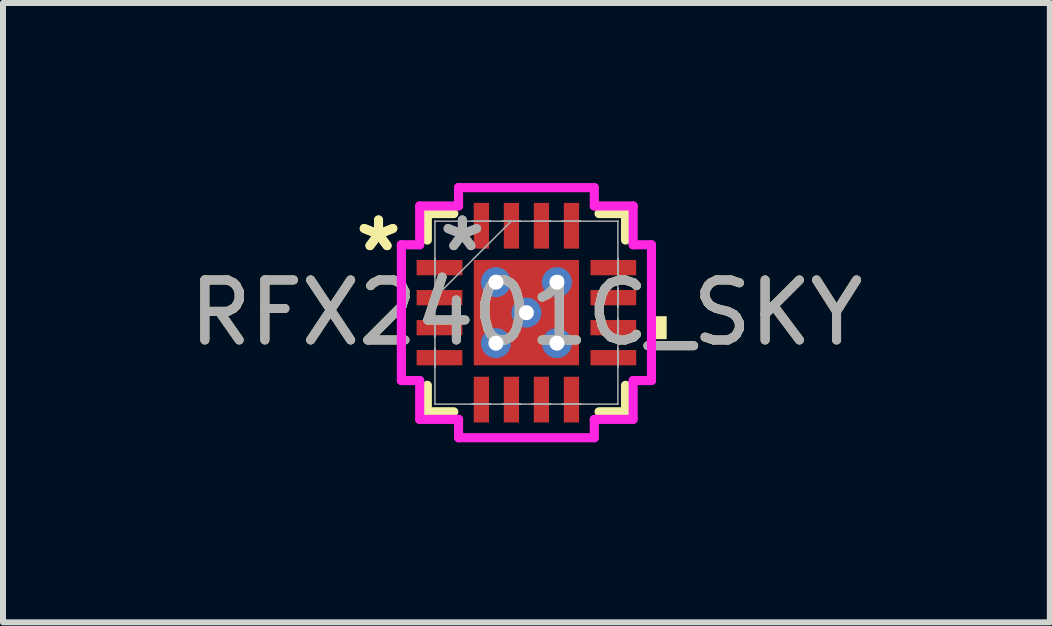
<source format=kicad_pcb>
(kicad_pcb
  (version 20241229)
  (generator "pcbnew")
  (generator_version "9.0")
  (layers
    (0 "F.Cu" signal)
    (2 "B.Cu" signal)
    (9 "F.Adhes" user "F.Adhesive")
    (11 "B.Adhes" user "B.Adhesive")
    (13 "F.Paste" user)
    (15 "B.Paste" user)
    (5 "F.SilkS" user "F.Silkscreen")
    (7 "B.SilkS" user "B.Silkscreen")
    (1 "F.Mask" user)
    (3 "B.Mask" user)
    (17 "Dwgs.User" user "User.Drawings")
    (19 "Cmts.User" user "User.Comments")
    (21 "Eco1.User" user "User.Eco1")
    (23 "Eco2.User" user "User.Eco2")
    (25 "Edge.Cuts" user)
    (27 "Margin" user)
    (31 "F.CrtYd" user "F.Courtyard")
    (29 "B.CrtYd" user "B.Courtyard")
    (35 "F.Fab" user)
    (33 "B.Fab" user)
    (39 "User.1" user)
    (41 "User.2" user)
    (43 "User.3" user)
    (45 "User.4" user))
  (footprint "RFX2401C_SKY"
    (layer "F.Cu")
    (at 5.72 2.159)
    (property "Reference" "RFX2401C_SKY" (at 0 0 0) (unlocked yes) (layer "F.SilkS") (effects (font (size 1 1) (thickness 0.15))))
    (attr smd)
    (fp_line (start -1.651 -1.651) (end -1.651 -1.21) (stroke (width 0.152) (type solid)) (layer "F.SilkS"))
    (fp_line (start -1.651 1.21) (end -1.651 1.651) (stroke (width 0.152) (type solid)) (layer "F.SilkS"))
    (fp_line (start -1.651 1.651) (end -1.21 1.651) (stroke (width 0.152) (type solid)) (layer "F.SilkS"))
    (fp_line (start -1.21 -1.651) (end -1.651 -1.651) (stroke (width 0.152) (type solid)) (layer "F.SilkS"))
    (fp_line (start 1.21 1.651) (end 1.651 1.651) (stroke (width 0.152) (type solid)) (layer "F.SilkS"))
    (fp_line (start 1.651 -1.651) (end 1.21 -1.651) (stroke (width 0.152) (type solid)) (layer "F.SilkS"))
    (fp_line (start 1.651 -1.21) (end 1.651 -1.651) (stroke (width 0.152) (type solid)) (layer "F.SilkS"))
    (fp_line (start 1.651 1.651) (end 1.651 1.21) (stroke (width 0.152) (type solid)) (layer "F.SilkS"))
    (fp_poly (pts (xy 2.337 0.059) (xy 2.337 0.441) (xy 2.083 0.441) (xy 2.083 0.059)) (stroke (width 0) (type solid)) (fill yes) (layer "F.SilkS"))
    (fp_line (start -2.083 -1.131) (end -1.778 -1.131) (stroke (width 0.152) (type solid)) (layer "F.CrtYd"))
    (fp_line (start -2.083 1.131) (end -2.083 -1.131) (stroke (width 0.152) (type solid)) (layer "F.CrtYd"))
    (fp_line (start -1.778 -1.778) (end -1.131 -1.778) (stroke (width 0.152) (type solid)) (layer "F.CrtYd"))
    (fp_line (start -1.778 -1.131) (end -1.778 -1.778) (stroke (width 0.152) (type solid)) (layer "F.CrtYd"))
    (fp_line (start -1.778 1.131) (end -2.083 1.131) (stroke (width 0.152) (type solid)) (layer "F.CrtYd"))
    (fp_line (start -1.778 1.778) (end -1.778 1.131) (stroke (width 0.152) (type solid)) (layer "F.CrtYd"))
    (fp_line (start -1.131 -2.083) (end 1.131 -2.083) (stroke (width 0.152) (type solid)) (layer "F.CrtYd"))
    (fp_line (start -1.131 -1.778) (end -1.131 -2.083) (stroke (width 0.152) (type solid)) (layer "F.CrtYd"))
    (fp_line (start -1.131 1.778) (end -1.778 1.778) (stroke (width 0.152) (type solid)) (layer "F.CrtYd"))
    (fp_line (start -1.131 2.083) (end -1.131 1.778) (stroke (width 0.152) (type solid)) (layer "F.CrtYd"))
    (fp_line (start 1.131 -2.083) (end 1.131 -1.778) (stroke (width 0.152) (type solid)) (layer "F.CrtYd"))
    (fp_line (start 1.131 -1.778) (end 1.778 -1.778) (stroke (width 0.152) (type solid)) (layer "F.CrtYd"))
    (fp_line (start 1.131 1.778) (end 1.131 2.083) (stroke (width 0.152) (type solid)) (layer "F.CrtYd"))
    (fp_line (start 1.131 2.083) (end -1.131 2.083) (stroke (width 0.152) (type solid)) (layer "F.CrtYd"))
    (fp_line (start 1.778 -1.778) (end 1.778 -1.131) (stroke (width 0.152) (type solid)) (layer "F.CrtYd"))
    (fp_line (start 1.778 -1.131) (end 2.083 -1.131) (stroke (width 0.152) (type solid)) (layer "F.CrtYd"))
    (fp_line (start 1.778 1.131) (end 1.778 1.778) (stroke (width 0.152) (type solid)) (layer "F.CrtYd"))
    (fp_line (start 1.778 1.778) (end 1.131 1.778) (stroke (width 0.152) (type solid)) (layer "F.CrtYd"))
    (fp_line (start 2.083 -1.131) (end 2.083 1.131) (stroke (width 0.152) (type solid)) (layer "F.CrtYd"))
    (fp_line (start 2.083 1.131) (end 1.778 1.131) (stroke (width 0.152) (type solid)) (layer "F.CrtYd"))
    (fp_line (start -1.524 -1.524) (end -1.524 -1.524) (stroke (width 0.025) (type solid)) (layer "F.Fab"))
    (fp_line (start -1.524 -1.524) (end -1.524 1.524) (stroke (width 0.025) (type solid)) (layer "F.Fab"))
    (fp_line (start -1.524 -0.902) (end -1.524 -0.902) (stroke (width 0.025) (type solid)) (layer "F.Fab"))
    (fp_line (start -1.524 -0.902) (end -1.524 -0.598) (stroke (width 0.025) (type solid)) (layer "F.Fab"))
    (fp_line (start -1.524 -0.598) (end -1.524 -0.902) (stroke (width 0.025) (type solid)) (layer "F.Fab"))
    (fp_line (start -1.524 -0.598) (end -1.524 -0.598) (stroke (width 0.025) (type solid)) (layer "F.Fab"))
    (fp_line (start -1.524 -0.402) (end -1.524 -0.402) (stroke (width 0.025) (type solid)) (layer "F.Fab"))
    (fp_line (start -1.524 -0.402) (end -1.524 -0.098) (stroke (width 0.025) (type solid)) (layer "F.Fab"))
    (fp_line (start -1.524 -0.254) (end -0.254 -1.524) (stroke (width 0.025) (type solid)) (layer "F.Fab"))
    (fp_line (start -1.524 -0.098) (end -1.524 -0.402) (stroke (width 0.025) (type solid)) (layer "F.Fab"))
    (fp_line (start -1.524 -0.098) (end -1.524 -0.098) (stroke (width 0.025) (type solid)) (layer "F.Fab"))
    (fp_line (start -1.524 0.098) (end -1.524 0.098) (stroke (width 0.025) (type solid)) (layer "F.Fab"))
    (fp_line (start -1.524 0.098) (end -1.524 0.402) (stroke (width 0.025) (type solid)) (layer "F.Fab"))
    (fp_line (start -1.524 0.402) (end -1.524 0.098) (stroke (width 0.025) (type solid)) (layer "F.Fab"))
    (fp_line (start -1.524 0.402) (end -1.524 0.402) (stroke (width 0.025) (type solid)) (layer "F.Fab"))
    (fp_line (start -1.524 0.598) (end -1.524 0.598) (stroke (width 0.025) (type solid)) (layer "F.Fab"))
    (fp_line (start -1.524 0.598) (end -1.524 0.902) (stroke (width 0.025) (type solid)) (layer "F.Fab"))
    (fp_line (start -1.524 0.902) (end -1.524 0.598) (stroke (width 0.025) (type solid)) (layer "F.Fab"))
    (fp_line (start -1.524 0.902) (end -1.524 0.902) (stroke (width 0.025) (type solid)) (layer "F.Fab"))
    (fp_line (start -1.524 1.524) (end -1.524 1.524) (stroke (width 0.025) (type solid)) (layer "F.Fab"))
    (fp_line (start -1.524 1.524) (end 1.524 1.524) (stroke (width 0.025) (type solid)) (layer "F.Fab"))
    (fp_line (start -0.902 -1.524) (end -0.902 -1.524) (stroke (width 0.025) (type solid)) (layer "F.Fab"))
    (fp_line (start -0.902 -1.524) (end -0.598 -1.524) (stroke (width 0.025) (type solid)) (layer "F.Fab"))
    (fp_line (start -0.902 1.524) (end -0.902 1.524) (stroke (width 0.025) (type solid)) (layer "F.Fab"))
    (fp_line (start -0.902 1.524) (end -0.598 1.524) (stroke (width 0.025) (type solid)) (layer "F.Fab"))
    (fp_line (start -0.598 -1.524) (end -0.902 -1.524) (stroke (width 0.025) (type solid)) (layer "F.Fab"))
    (fp_line (start -0.598 -1.524) (end -0.598 -1.524) (stroke (width 0.025) (type solid)) (layer "F.Fab"))
    (fp_line (start -0.598 1.524) (end -0.902 1.524) (stroke (width 0.025) (type solid)) (layer "F.Fab"))
    (fp_line (start -0.598 1.524) (end -0.598 1.524) (stroke (width 0.025) (type solid)) (layer "F.Fab"))
    (fp_line (start -0.402 -1.524) (end -0.402 -1.524) (stroke (width 0.025) (type solid)) (layer "F.Fab"))
    (fp_line (start -0.402 -1.524) (end -0.098 -1.524) (stroke (width 0.025) (type solid)) (layer "F.Fab"))
    (fp_line (start -0.402 1.524) (end -0.402 1.524) (stroke (width 0.025) (type solid)) (layer "F.Fab"))
    (fp_line (start -0.402 1.524) (end -0.098 1.524) (stroke (width 0.025) (type solid)) (layer "F.Fab"))
    (fp_line (start -0.098 -1.524) (end -0.402 -1.524) (stroke (width 0.025) (type solid)) (layer "F.Fab"))
    (fp_line (start -0.098 -1.524) (end -0.098 -1.524) (stroke (width 0.025) (type solid)) (layer "F.Fab"))
    (fp_line (start -0.098 1.524) (end -0.402 1.524) (stroke (width 0.025) (type solid)) (layer "F.Fab"))
    (fp_line (start -0.098 1.524) (end -0.098 1.524) (stroke (width 0.025) (type solid)) (layer "F.Fab"))
    (fp_line (start 0.098 -1.524) (end 0.098 -1.524) (stroke (width 0.025) (type solid)) (layer "F.Fab"))
    (fp_line (start 0.098 -1.524) (end 0.402 -1.524) (stroke (width 0.025) (type solid)) (layer "F.Fab"))
    (fp_line (start 0.098 1.524) (end 0.098 1.524) (stroke (width 0.025) (type solid)) (layer "F.Fab"))
    (fp_line (start 0.098 1.524) (end 0.402 1.524) (stroke (width 0.025) (type solid)) (layer "F.Fab"))
    (fp_line (start 0.402 -1.524) (end 0.098 -1.524) (stroke (width 0.025) (type solid)) (layer "F.Fab"))
    (fp_line (start 0.402 -1.524) (end 0.402 -1.524) (stroke (width 0.025) (type solid)) (layer "F.Fab"))
    (fp_line (start 0.402 1.524) (end 0.098 1.524) (stroke (width 0.025) (type solid)) (layer "F.Fab"))
    (fp_line (start 0.402 1.524) (end 0.402 1.524) (stroke (width 0.025) (type solid)) (layer "F.Fab"))
    (fp_line (start 0.598 -1.524) (end 0.598 -1.524) (stroke (width 0.025) (type solid)) (layer "F.Fab"))
    (fp_line (start 0.598 -1.524) (end 0.902 -1.524) (stroke (width 0.025) (type solid)) (layer "F.Fab"))
    (fp_line (start 0.598 1.524) (end 0.598 1.524) (stroke (width 0.025) (type solid)) (layer "F.Fab"))
    (fp_line (start 0.598 1.524) (end 0.902 1.524) (stroke (width 0.025) (type solid)) (layer "F.Fab"))
    (fp_line (start 0.902 -1.524) (end 0.598 -1.524) (stroke (width 0.025) (type solid)) (layer "F.Fab"))
    (fp_line (start 0.902 -1.524) (end 0.902 -1.524) (stroke (width 0.025) (type solid)) (layer "F.Fab"))
    (fp_line (start 0.902 1.524) (end 0.598 1.524) (stroke (width 0.025) (type solid)) (layer "F.Fab"))
    (fp_line (start 0.902 1.524) (end 0.902 1.524) (stroke (width 0.025) (type solid)) (layer "F.Fab"))
    (fp_line (start 1.524 -1.524) (end -1.524 -1.524) (stroke (width 0.025) (type solid)) (layer "F.Fab"))
    (fp_line (start 1.524 -1.524) (end 1.524 -1.524) (stroke (width 0.025) (type solid)) (layer "F.Fab"))
    (fp_line (start 1.524 -0.902) (end 1.524 -0.902) (stroke (width 0.025) (type solid)) (layer "F.Fab"))
    (fp_line (start 1.524 -0.902) (end 1.524 -0.598) (stroke (width 0.025) (type solid)) (layer "F.Fab"))
    (fp_line (start 1.524 -0.598) (end 1.524 -0.902) (stroke (width 0.025) (type solid)) (layer "F.Fab"))
    (fp_line (start 1.524 -0.598) (end 1.524 -0.598) (stroke (width 0.025) (type solid)) (layer "F.Fab"))
    (fp_line (start 1.524 -0.402) (end 1.524 -0.402) (stroke (width 0.025) (type solid)) (layer "F.Fab"))
    (fp_line (start 1.524 -0.402) (end 1.524 -0.098) (stroke (width 0.025) (type solid)) (layer "F.Fab"))
    (fp_line (start 1.524 -0.098) (end 1.524 -0.402) (stroke (width 0.025) (type solid)) (layer "F.Fab"))
    (fp_line (start 1.524 -0.098) (end 1.524 -0.098) (stroke (width 0.025) (type solid)) (layer "F.Fab"))
    (fp_line (start 1.524 0.098) (end 1.524 0.098) (stroke (width 0.025) (type solid)) (layer "F.Fab"))
    (fp_line (start 1.524 0.098) (end 1.524 0.402) (stroke (width 0.025) (type solid)) (layer "F.Fab"))
    (fp_line (start 1.524 0.402) (end 1.524 0.098) (stroke (width 0.025) (type solid)) (layer "F.Fab"))
    (fp_line (start 1.524 0.402) (end 1.524 0.402) (stroke (width 0.025) (type solid)) (layer "F.Fab"))
    (fp_line (start 1.524 0.598) (end 1.524 0.598) (stroke (width 0.025) (type solid)) (layer "F.Fab"))
    (fp_line (start 1.524 0.598) (end 1.524 0.902) (stroke (width 0.025) (type solid)) (layer "F.Fab"))
    (fp_line (start 1.524 0.902) (end 1.524 0.598) (stroke (width 0.025) (type solid)) (layer "F.Fab"))
    (fp_line (start 1.524 0.902) (end 1.524 0.902) (stroke (width 0.025) (type solid)) (layer "F.Fab"))
    (fp_line (start 1.524 1.524) (end 1.524 -1.524) (stroke (width 0.025) (type solid)) (layer "F.Fab"))
    (fp_line (start 1.524 1.524) (end 1.524 1.524) (stroke (width 0.025) (type solid)) (layer "F.Fab"))
    (fp_text user "*" (at -2.464 -1 0) (layer "F.SilkS") (effects (font (size 1 1) (thickness 0.15))))
    (fp_text user "*" (at -2.464 -1 0) (unlocked yes) (layer "F.SilkS") (effects (font (size 1 1) (thickness 0.15))))
    (fp_text user "${REFERENCE}" (at 0 0 0) (unlocked yes) (layer "F.Fab") (effects (font (size 1 1) (thickness 0.15))))
    (fp_text user "*" (at -1.067 -1 0) (layer "F.Fab") (effects (font (size 1 1) (thickness 0.15))))
    (fp_text user "*" (at -1.067 -1 0) (unlocked yes) (layer "F.Fab") (effects (font (size 1 1) (thickness 0.15))))
    (pad "1" smd rect (at -1.448 -0.75 90) (size 0.254 0.762) (layers "F.Cu" "F.Mask" "F.Paste"))
    (pad "2" smd rect (at -1.448 -0.25 90) (size 0.254 0.762) (layers "F.Cu" "F.Mask" "F.Paste"))
    (pad "3" smd rect (at -1.448 0.25 90) (size 0.254 0.762) (layers "F.Cu" "F.Mask" "F.Paste"))
    (pad "4" smd rect (at -1.448 0.75 90) (size 0.254 0.762) (layers "F.Cu" "F.Mask" "F.Paste"))
    (pad "5" smd rect (at -0.75 1.448) (size 0.254 0.762) (layers "F.Cu" "F.Mask" "F.Paste"))
    (pad "6" smd rect (at -0.25 1.448) (size 0.254 0.762) (layers "F.Cu" "F.Mask" "F.Paste"))
    (pad "7" smd rect (at 0.25 1.448) (size 0.254 0.762) (layers "F.Cu" "F.Mask" "F.Paste"))
    (pad "8" smd rect (at 0.75 1.448) (size 0.254 0.762) (layers "F.Cu" "F.Mask" "F.Paste"))
    (pad "9" smd rect (at 1.448 0.75 90) (size 0.254 0.762) (layers "F.Cu" "F.Mask" "F.Paste"))
    (pad "10" smd rect (at 1.448 0.25 90) (size 0.254 0.762) (layers "F.Cu" "F.Mask" "F.Paste"))
    (pad "11" smd rect (at 1.448 -0.25 90) (size 0.254 0.762) (layers "F.Cu" "F.Mask" "F.Paste"))
    (pad "12" smd rect (at 1.448 -0.75 90) (size 0.254 0.762) (layers "F.Cu" "F.Mask" "F.Paste"))
    (pad "13" smd rect (at 0.75 -1.448) (size 0.254 0.762) (layers "F.Cu" "F.Mask" "F.Paste"))
    (pad "14" smd rect (at 0.25 -1.448) (size 0.254 0.762) (layers "F.Cu" "F.Mask" "F.Paste"))
    (pad "15" smd rect (at -0.25 -1.448) (size 0.254 0.762) (layers "F.Cu" "F.Mask" "F.Paste"))
    (pad "16" smd rect (at -0.75 -1.448) (size 0.254 0.762) (layers "F.Cu" "F.Mask" "F.Paste"))
    (pad "17" thru_hole circle (at -0.508 -0.508) (size 0.5 0.5) (drill 0.25) (layers "*.Cu" "*.Mask"))
    (pad "17" thru_hole circle (at -0.508 0.508) (size 0.5 0.5) (drill 0.25) (layers "*.Cu" "*.Mask"))
    (pad "17" thru_hole circle (at 0 0) (size 0.5 0.5) (drill 0.25) (layers "*.Cu" "*.Mask"))
    (pad "17" smd rect (at 0 0) (size 1.753 1.753) (layers "F.Cu" "F.Mask" "F.Paste"))
    (pad "17" thru_hole circle (at 0.508 -0.508) (size 0.5 0.5) (drill 0.25) (layers "*.Cu" "*.Mask"))
    (pad "17" thru_hole circle (at 0.508 0.508) (size 0.5 0.5) (drill 0.25) (layers "*.Cu" "*.Mask")))
  (gr_rect
    (start -3 -3)
    (end 14.44 7.318)
    (stroke (width 0.1) (type default))
    (fill no)
    (layer "Edge.Cuts")))
</source>
